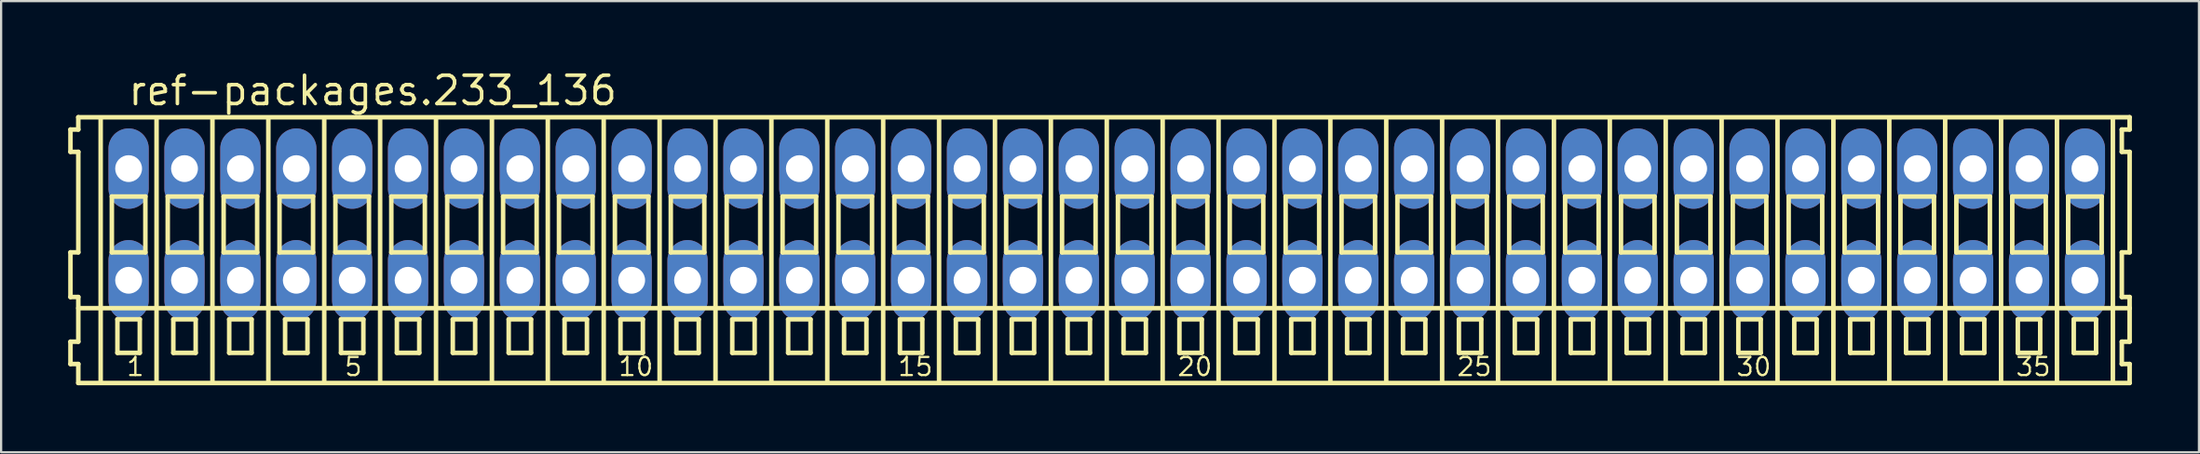
<source format=kicad_pcb>
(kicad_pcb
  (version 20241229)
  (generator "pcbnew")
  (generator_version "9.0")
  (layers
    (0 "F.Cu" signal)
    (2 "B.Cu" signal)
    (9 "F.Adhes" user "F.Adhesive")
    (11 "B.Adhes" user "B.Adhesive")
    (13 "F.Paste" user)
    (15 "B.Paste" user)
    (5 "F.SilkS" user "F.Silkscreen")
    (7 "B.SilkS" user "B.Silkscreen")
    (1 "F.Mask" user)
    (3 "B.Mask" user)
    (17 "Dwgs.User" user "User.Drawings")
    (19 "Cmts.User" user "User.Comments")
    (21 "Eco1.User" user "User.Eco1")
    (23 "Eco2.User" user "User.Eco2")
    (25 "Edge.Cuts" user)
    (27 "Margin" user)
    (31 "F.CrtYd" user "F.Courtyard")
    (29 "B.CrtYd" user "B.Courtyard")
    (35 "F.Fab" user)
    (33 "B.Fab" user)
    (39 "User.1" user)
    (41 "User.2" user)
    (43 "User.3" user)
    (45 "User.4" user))
  (footprint "ref-packages.233_136"
    (layer "F.Cu")
    (at 46.452 7)
    (property "Reference" "ref-packages.233_136" (at -43.85 -5.25 0) (layer "F.SilkS") (effects (font (size 1.27 1.27) (thickness 0.16)) (justify left bottom)))
    (attr through_hole)
    (fp_line (start -46.35 -4.25) (end -46.35 -3.25) (stroke (width 0.203) (type default)) (layer "F.SilkS"))
    (fp_line (start -46.35 -3.25) (end -46 -3.25) (stroke (width 0.203) (type default)) (layer "F.SilkS"))
    (fp_line (start -46.35 1.25) (end -46.35 3.25) (stroke (width 0.203) (type default)) (layer "F.SilkS"))
    (fp_line (start -46.35 3.25) (end -46 3.25) (stroke (width 0.203) (type default)) (layer "F.SilkS"))
    (fp_line (start -46.35 5.25) (end -46.35 6.25) (stroke (width 0.203) (type default)) (layer "F.SilkS"))
    (fp_line (start -46.35 6.25) (end -46 6.25) (stroke (width 0.203) (type default)) (layer "F.SilkS"))
    (fp_line (start -46 -4.8) (end -46 -4.25) (stroke (width 0.203) (type default)) (layer "F.SilkS"))
    (fp_line (start -46 -4.25) (end -46.35 -4.25) (stroke (width 0.203) (type default)) (layer "F.SilkS"))
    (fp_line (start -46 -3.25) (end -46 1.25) (stroke (width 0.203) (type default)) (layer "F.SilkS"))
    (fp_line (start -46 1.25) (end -46.35 1.25) (stroke (width 0.203) (type default)) (layer "F.SilkS"))
    (fp_line (start -46 3.25) (end -46 5.25) (stroke (width 0.203) (type default)) (layer "F.SilkS"))
    (fp_line (start -46 3.75) (end 45.75 3.75) (stroke (width 0.203) (type default)) (layer "F.SilkS"))
    (fp_line (start -46 5.25) (end -46.35 5.25) (stroke (width 0.203) (type default)) (layer "F.SilkS"))
    (fp_line (start -46 6.25) (end -46 7.1) (stroke (width 0.203) (type default)) (layer "F.SilkS"))
    (fp_line (start -46 7.1) (end 45.75 7.1) (stroke (width 0.203) (type default)) (layer "F.SilkS"))
    (fp_line (start -45 -4.75) (end -45 7) (stroke (width 0.203) (type default)) (layer "F.SilkS"))
    (fp_line (start -44.5 -1.25) (end -44.5 1.25) (stroke (width 0.203) (type default)) (layer "F.SilkS"))
    (fp_line (start -44.5 1.25) (end -43 1.25) (stroke (width 0.203) (type default)) (layer "F.SilkS"))
    (fp_line (start -44.25 4.25) (end -44.25 5.75) (stroke (width 0.203) (type default)) (layer "F.SilkS"))
    (fp_line (start -44.25 5.75) (end -43.25 5.75) (stroke (width 0.203) (type default)) (layer "F.SilkS"))
    (fp_line (start -43.25 4.25) (end -44.25 4.25) (stroke (width 0.203) (type default)) (layer "F.SilkS"))
    (fp_line (start -43.25 5.75) (end -43.25 4.25) (stroke (width 0.203) (type default)) (layer "F.SilkS"))
    (fp_line (start -43 -1.25) (end -44.5 -1.25) (stroke (width 0.203) (type default)) (layer "F.SilkS"))
    (fp_line (start -43 1.25) (end -43 -1.25) (stroke (width 0.203) (type default)) (layer "F.SilkS"))
    (fp_line (start -42.5 -4.75) (end -42.5 7) (stroke (width 0.203) (type default)) (layer "F.SilkS"))
    (fp_line (start -42 -1.25) (end -42 1.25) (stroke (width 0.203) (type default)) (layer "F.SilkS"))
    (fp_line (start -42 1.25) (end -40.5 1.25) (stroke (width 0.203) (type default)) (layer "F.SilkS"))
    (fp_line (start -41.75 4.25) (end -41.75 5.75) (stroke (width 0.203) (type default)) (layer "F.SilkS"))
    (fp_line (start -41.75 5.75) (end -40.75 5.75) (stroke (width 0.203) (type default)) (layer "F.SilkS"))
    (fp_line (start -40.75 4.25) (end -41.75 4.25) (stroke (width 0.203) (type default)) (layer "F.SilkS"))
    (fp_line (start -40.75 5.75) (end -40.75 4.25) (stroke (width 0.203) (type default)) (layer "F.SilkS"))
    (fp_line (start -40.5 -1.25) (end -42 -1.25) (stroke (width 0.203) (type default)) (layer "F.SilkS"))
    (fp_line (start -40.5 1.25) (end -40.5 -1.25) (stroke (width 0.203) (type default)) (layer "F.SilkS"))
    (fp_line (start -40 -4.75) (end -40 7) (stroke (width 0.203) (type default)) (layer "F.SilkS"))
    (fp_line (start -39.5 -1.25) (end -39.5 1.25) (stroke (width 0.203) (type default)) (layer "F.SilkS"))
    (fp_line (start -39.5 1.25) (end -38 1.25) (stroke (width 0.203) (type default)) (layer "F.SilkS"))
    (fp_line (start -39.25 4.25) (end -39.25 5.75) (stroke (width 0.203) (type default)) (layer "F.SilkS"))
    (fp_line (start -39.25 5.75) (end -38.25 5.75) (stroke (width 0.203) (type default)) (layer "F.SilkS"))
    (fp_line (start -38.25 4.25) (end -39.25 4.25) (stroke (width 0.203) (type default)) (layer "F.SilkS"))
    (fp_line (start -38.25 5.75) (end -38.25 4.25) (stroke (width 0.203) (type default)) (layer "F.SilkS"))
    (fp_line (start -38 -1.25) (end -39.5 -1.25) (stroke (width 0.203) (type default)) (layer "F.SilkS"))
    (fp_line (start -38 1.25) (end -38 -1.25) (stroke (width 0.203) (type default)) (layer "F.SilkS"))
    (fp_line (start -37.5 -4.75) (end -37.5 7) (stroke (width 0.203) (type default)) (layer "F.SilkS"))
    (fp_line (start -37 -1.25) (end -37 1.25) (stroke (width 0.203) (type default)) (layer "F.SilkS"))
    (fp_line (start -37 1.25) (end -35.5 1.25) (stroke (width 0.203) (type default)) (layer "F.SilkS"))
    (fp_line (start -36.75 4.25) (end -36.75 5.75) (stroke (width 0.203) (type default)) (layer "F.SilkS"))
    (fp_line (start -36.75 5.75) (end -35.75 5.75) (stroke (width 0.203) (type default)) (layer "F.SilkS"))
    (fp_line (start -35.75 4.25) (end -36.75 4.25) (stroke (width 0.203) (type default)) (layer "F.SilkS"))
    (fp_line (start -35.75 5.75) (end -35.75 4.25) (stroke (width 0.203) (type default)) (layer "F.SilkS"))
    (fp_line (start -35.5 -1.25) (end -37 -1.25) (stroke (width 0.203) (type default)) (layer "F.SilkS"))
    (fp_line (start -35.5 1.25) (end -35.5 -1.25) (stroke (width 0.203) (type default)) (layer "F.SilkS"))
    (fp_line (start -35 -4.75) (end -35 7) (stroke (width 0.203) (type default)) (layer "F.SilkS"))
    (fp_line (start -34.5 -1.25) (end -34.5 1.25) (stroke (width 0.203) (type default)) (layer "F.SilkS"))
    (fp_line (start -34.5 1.25) (end -33 1.25) (stroke (width 0.203) (type default)) (layer "F.SilkS"))
    (fp_line (start -34.25 4.25) (end -34.25 5.75) (stroke (width 0.203) (type default)) (layer "F.SilkS"))
    (fp_line (start -34.25 5.75) (end -33.25 5.75) (stroke (width 0.203) (type default)) (layer "F.SilkS"))
    (fp_line (start -33.25 4.25) (end -34.25 4.25) (stroke (width 0.203) (type default)) (layer "F.SilkS"))
    (fp_line (start -33.25 5.75) (end -33.25 4.25) (stroke (width 0.203) (type default)) (layer "F.SilkS"))
    (fp_line (start -33 -1.25) (end -34.5 -1.25) (stroke (width 0.203) (type default)) (layer "F.SilkS"))
    (fp_line (start -33 1.25) (end -33 -1.25) (stroke (width 0.203) (type default)) (layer "F.SilkS"))
    (fp_line (start -32.5 -4.75) (end -32.5 7) (stroke (width 0.203) (type default)) (layer "F.SilkS"))
    (fp_line (start -32 -1.25) (end -32 1.25) (stroke (width 0.203) (type default)) (layer "F.SilkS"))
    (fp_line (start -32 1.25) (end -30.5 1.25) (stroke (width 0.203) (type default)) (layer "F.SilkS"))
    (fp_line (start -31.75 4.25) (end -31.75 5.75) (stroke (width 0.203) (type default)) (layer "F.SilkS"))
    (fp_line (start -31.75 5.75) (end -30.75 5.75) (stroke (width 0.203) (type default)) (layer "F.SilkS"))
    (fp_line (start -30.75 4.25) (end -31.75 4.25) (stroke (width 0.203) (type default)) (layer "F.SilkS"))
    (fp_line (start -30.75 5.75) (end -30.75 4.25) (stroke (width 0.203) (type default)) (layer "F.SilkS"))
    (fp_line (start -30.5 -1.25) (end -32 -1.25) (stroke (width 0.203) (type default)) (layer "F.SilkS"))
    (fp_line (start -30.5 1.25) (end -30.5 -1.25) (stroke (width 0.203) (type default)) (layer "F.SilkS"))
    (fp_line (start -30 -4.75) (end -30 7) (stroke (width 0.203) (type default)) (layer "F.SilkS"))
    (fp_line (start -29.5 -1.25) (end -29.5 1.25) (stroke (width 0.203) (type default)) (layer "F.SilkS"))
    (fp_line (start -29.5 1.25) (end -28 1.25) (stroke (width 0.203) (type default)) (layer "F.SilkS"))
    (fp_line (start -29.25 4.25) (end -29.25 5.75) (stroke (width 0.203) (type default)) (layer "F.SilkS"))
    (fp_line (start -29.25 5.75) (end -28.25 5.75) (stroke (width 0.203) (type default)) (layer "F.SilkS"))
    (fp_line (start -28.25 4.25) (end -29.25 4.25) (stroke (width 0.203) (type default)) (layer "F.SilkS"))
    (fp_line (start -28.25 5.75) (end -28.25 4.25) (stroke (width 0.203) (type default)) (layer "F.SilkS"))
    (fp_line (start -28 -1.25) (end -29.5 -1.25) (stroke (width 0.203) (type default)) (layer "F.SilkS"))
    (fp_line (start -28 1.25) (end -28 -1.25) (stroke (width 0.203) (type default)) (layer "F.SilkS"))
    (fp_line (start -27.5 -4.75) (end -27.5 7) (stroke (width 0.203) (type default)) (layer "F.SilkS"))
    (fp_line (start -27 -1.25) (end -27 1.25) (stroke (width 0.203) (type default)) (layer "F.SilkS"))
    (fp_line (start -27 1.25) (end -25.5 1.25) (stroke (width 0.203) (type default)) (layer "F.SilkS"))
    (fp_line (start -26.75 4.25) (end -26.75 5.75) (stroke (width 0.203) (type default)) (layer "F.SilkS"))
    (fp_line (start -26.75 5.75) (end -25.75 5.75) (stroke (width 0.203) (type default)) (layer "F.SilkS"))
    (fp_line (start -25.75 4.25) (end -26.75 4.25) (stroke (width 0.203) (type default)) (layer "F.SilkS"))
    (fp_line (start -25.75 5.75) (end -25.75 4.25) (stroke (width 0.203) (type default)) (layer "F.SilkS"))
    (fp_line (start -25.5 -1.25) (end -27 -1.25) (stroke (width 0.203) (type default)) (layer "F.SilkS"))
    (fp_line (start -25.5 1.25) (end -25.5 -1.25) (stroke (width 0.203) (type default)) (layer "F.SilkS"))
    (fp_line (start -25 -4.75) (end -25 7) (stroke (width 0.203) (type default)) (layer "F.SilkS"))
    (fp_line (start -24.5 -1.25) (end -24.5 1.25) (stroke (width 0.203) (type default)) (layer "F.SilkS"))
    (fp_line (start -24.5 1.25) (end -23 1.25) (stroke (width 0.203) (type default)) (layer "F.SilkS"))
    (fp_line (start -24.25 4.25) (end -24.25 5.75) (stroke (width 0.203) (type default)) (layer "F.SilkS"))
    (fp_line (start -24.25 5.75) (end -23.25 5.75) (stroke (width 0.203) (type default)) (layer "F.SilkS"))
    (fp_line (start -23.25 4.25) (end -24.25 4.25) (stroke (width 0.203) (type default)) (layer "F.SilkS"))
    (fp_line (start -23.25 5.75) (end -23.25 4.25) (stroke (width 0.203) (type default)) (layer "F.SilkS"))
    (fp_line (start -23 -1.25) (end -24.5 -1.25) (stroke (width 0.203) (type default)) (layer "F.SilkS"))
    (fp_line (start -23 1.25) (end -23 -1.25) (stroke (width 0.203) (type default)) (layer "F.SilkS"))
    (fp_line (start -22.5 -4.75) (end -22.5 7) (stroke (width 0.203) (type default)) (layer "F.SilkS"))
    (fp_line (start -22 -1.25) (end -22 1.25) (stroke (width 0.203) (type default)) (layer "F.SilkS"))
    (fp_line (start -22 1.25) (end -20.5 1.25) (stroke (width 0.203) (type default)) (layer "F.SilkS"))
    (fp_line (start -21.75 4.25) (end -21.75 5.75) (stroke (width 0.203) (type default)) (layer "F.SilkS"))
    (fp_line (start -21.75 5.75) (end -20.75 5.75) (stroke (width 0.203) (type default)) (layer "F.SilkS"))
    (fp_line (start -20.75 4.25) (end -21.75 4.25) (stroke (width 0.203) (type default)) (layer "F.SilkS"))
    (fp_line (start -20.75 5.75) (end -20.75 4.25) (stroke (width 0.203) (type default)) (layer "F.SilkS"))
    (fp_line (start -20.5 -1.25) (end -22 -1.25) (stroke (width 0.203) (type default)) (layer "F.SilkS"))
    (fp_line (start -20.5 1.25) (end -20.5 -1.25) (stroke (width 0.203) (type default)) (layer "F.SilkS"))
    (fp_line (start -20 -4.75) (end -20 7) (stroke (width 0.203) (type default)) (layer "F.SilkS"))
    (fp_line (start -19.5 -1.25) (end -19.5 1.25) (stroke (width 0.203) (type default)) (layer "F.SilkS"))
    (fp_line (start -19.5 1.25) (end -18 1.25) (stroke (width 0.203) (type default)) (layer "F.SilkS"))
    (fp_line (start -19.25 4.25) (end -19.25 5.75) (stroke (width 0.203) (type default)) (layer "F.SilkS"))
    (fp_line (start -19.25 5.75) (end -18.25 5.75) (stroke (width 0.203) (type default)) (layer "F.SilkS"))
    (fp_line (start -18.25 4.25) (end -19.25 4.25) (stroke (width 0.203) (type default)) (layer "F.SilkS"))
    (fp_line (start -18.25 5.75) (end -18.25 4.25) (stroke (width 0.203) (type default)) (layer "F.SilkS"))
    (fp_line (start -18 -1.25) (end -19.5 -1.25) (stroke (width 0.203) (type default)) (layer "F.SilkS"))
    (fp_line (start -18 1.25) (end -18 -1.25) (stroke (width 0.203) (type default)) (layer "F.SilkS"))
    (fp_line (start -17.5 -4.75) (end -17.5 7) (stroke (width 0.203) (type default)) (layer "F.SilkS"))
    (fp_line (start -17 -1.25) (end -17 1.25) (stroke (width 0.203) (type default)) (layer "F.SilkS"))
    (fp_line (start -17 1.25) (end -15.5 1.25) (stroke (width 0.203) (type default)) (layer "F.SilkS"))
    (fp_line (start -16.75 4.25) (end -16.75 5.75) (stroke (width 0.203) (type default)) (layer "F.SilkS"))
    (fp_line (start -16.75 5.75) (end -15.75 5.75) (stroke (width 0.203) (type default)) (layer "F.SilkS"))
    (fp_line (start -15.75 4.25) (end -16.75 4.25) (stroke (width 0.203) (type default)) (layer "F.SilkS"))
    (fp_line (start -15.75 5.75) (end -15.75 4.25) (stroke (width 0.203) (type default)) (layer "F.SilkS"))
    (fp_line (start -15.5 -1.25) (end -17 -1.25) (stroke (width 0.203) (type default)) (layer "F.SilkS"))
    (fp_line (start -15.5 1.25) (end -15.5 -1.25) (stroke (width 0.203) (type default)) (layer "F.SilkS"))
    (fp_line (start -15 -4.75) (end -15 7) (stroke (width 0.203) (type default)) (layer "F.SilkS"))
    (fp_line (start -14.5 -1.25) (end -14.5 1.25) (stroke (width 0.203) (type default)) (layer "F.SilkS"))
    (fp_line (start -14.5 1.25) (end -13 1.25) (stroke (width 0.203) (type default)) (layer "F.SilkS"))
    (fp_line (start -14.25 4.25) (end -14.25 5.75) (stroke (width 0.203) (type default)) (layer "F.SilkS"))
    (fp_line (start -14.25 5.75) (end -13.25 5.75) (stroke (width 0.203) (type default)) (layer "F.SilkS"))
    (fp_line (start -13.25 4.25) (end -14.25 4.25) (stroke (width 0.203) (type default)) (layer "F.SilkS"))
    (fp_line (start -13.25 5.75) (end -13.25 4.25) (stroke (width 0.203) (type default)) (layer "F.SilkS"))
    (fp_line (start -13 -1.25) (end -14.5 -1.25) (stroke (width 0.203) (type default)) (layer "F.SilkS"))
    (fp_line (start -13 1.25) (end -13 -1.25) (stroke (width 0.203) (type default)) (layer "F.SilkS"))
    (fp_line (start -12.5 -4.75) (end -12.5 7) (stroke (width 0.203) (type default)) (layer "F.SilkS"))
    (fp_line (start -12 -1.25) (end -12 1.25) (stroke (width 0.203) (type default)) (layer "F.SilkS"))
    (fp_line (start -12 1.25) (end -10.5 1.25) (stroke (width 0.203) (type default)) (layer "F.SilkS"))
    (fp_line (start -11.75 4.25) (end -11.75 5.75) (stroke (width 0.203) (type default)) (layer "F.SilkS"))
    (fp_line (start -11.75 5.75) (end -10.75 5.75) (stroke (width 0.203) (type default)) (layer "F.SilkS"))
    (fp_line (start -10.75 4.25) (end -11.75 4.25) (stroke (width 0.203) (type default)) (layer "F.SilkS"))
    (fp_line (start -10.75 5.75) (end -10.75 4.25) (stroke (width 0.203) (type default)) (layer "F.SilkS"))
    (fp_line (start -10.5 -1.25) (end -12 -1.25) (stroke (width 0.203) (type default)) (layer "F.SilkS"))
    (fp_line (start -10.5 1.25) (end -10.5 -1.25) (stroke (width 0.203) (type default)) (layer "F.SilkS"))
    (fp_line (start -10 -4.75) (end -10 7) (stroke (width 0.203) (type default)) (layer "F.SilkS"))
    (fp_line (start -9.5 -1.25) (end -9.5 1.25) (stroke (width 0.203) (type default)) (layer "F.SilkS"))
    (fp_line (start -9.5 1.25) (end -8 1.25) (stroke (width 0.203) (type default)) (layer "F.SilkS"))
    (fp_line (start -9.25 4.25) (end -9.25 5.75) (stroke (width 0.203) (type default)) (layer "F.SilkS"))
    (fp_line (start -9.25 5.75) (end -8.25 5.75) (stroke (width 0.203) (type default)) (layer "F.SilkS"))
    (fp_line (start -8.25 4.25) (end -9.25 4.25) (stroke (width 0.203) (type default)) (layer "F.SilkS"))
    (fp_line (start -8.25 5.75) (end -8.25 4.25) (stroke (width 0.203) (type default)) (layer "F.SilkS"))
    (fp_line (start -8 -1.25) (end -9.5 -1.25) (stroke (width 0.203) (type default)) (layer "F.SilkS"))
    (fp_line (start -8 1.25) (end -8 -1.25) (stroke (width 0.203) (type default)) (layer "F.SilkS"))
    (fp_line (start -7.5 -4.75) (end -7.5 7) (stroke (width 0.203) (type default)) (layer "F.SilkS"))
    (fp_line (start -7 -1.25) (end -7 1.25) (stroke (width 0.203) (type default)) (layer "F.SilkS"))
    (fp_line (start -7 1.25) (end -5.5 1.25) (stroke (width 0.203) (type default)) (layer "F.SilkS"))
    (fp_line (start -6.75 4.25) (end -6.75 5.75) (stroke (width 0.203) (type default)) (layer "F.SilkS"))
    (fp_line (start -6.75 5.75) (end -5.75 5.75) (stroke (width 0.203) (type default)) (layer "F.SilkS"))
    (fp_line (start -5.75 4.25) (end -6.75 4.25) (stroke (width 0.203) (type default)) (layer "F.SilkS"))
    (fp_line (start -5.75 5.75) (end -5.75 4.25) (stroke (width 0.203) (type default)) (layer "F.SilkS"))
    (fp_line (start -5.5 -1.25) (end -7 -1.25) (stroke (width 0.203) (type default)) (layer "F.SilkS"))
    (fp_line (start -5.5 1.25) (end -5.5 -1.25) (stroke (width 0.203) (type default)) (layer "F.SilkS"))
    (fp_line (start -5 -4.75) (end -5 7) (stroke (width 0.203) (type default)) (layer "F.SilkS"))
    (fp_line (start -4.5 -1.25) (end -4.5 1.25) (stroke (width 0.203) (type default)) (layer "F.SilkS"))
    (fp_line (start -4.5 1.25) (end -3 1.25) (stroke (width 0.203) (type default)) (layer "F.SilkS"))
    (fp_line (start -4.25 4.25) (end -4.25 5.75) (stroke (width 0.203) (type default)) (layer "F.SilkS"))
    (fp_line (start -4.25 5.75) (end -3.25 5.75) (stroke (width 0.203) (type default)) (layer "F.SilkS"))
    (fp_line (start -3.25 4.25) (end -4.25 4.25) (stroke (width 0.203) (type default)) (layer "F.SilkS"))
    (fp_line (start -3.25 5.75) (end -3.25 4.25) (stroke (width 0.203) (type default)) (layer "F.SilkS"))
    (fp_line (start -3 -1.25) (end -4.5 -1.25) (stroke (width 0.203) (type default)) (layer "F.SilkS"))
    (fp_line (start -3 1.25) (end -3 -1.25) (stroke (width 0.203) (type default)) (layer "F.SilkS"))
    (fp_line (start -2.5 -4.75) (end -2.5 7) (stroke (width 0.203) (type default)) (layer "F.SilkS"))
    (fp_line (start -2 -1.25) (end -2 1.25) (stroke (width 0.203) (type default)) (layer "F.SilkS"))
    (fp_line (start -2 1.25) (end -0.5 1.25) (stroke (width 0.203) (type default)) (layer "F.SilkS"))
    (fp_line (start -1.75 4.25) (end -1.75 5.75) (stroke (width 0.203) (type default)) (layer "F.SilkS"))
    (fp_line (start -1.75 5.75) (end -0.75 5.75) (stroke (width 0.203) (type default)) (layer "F.SilkS"))
    (fp_line (start -0.75 4.25) (end -1.75 4.25) (stroke (width 0.203) (type default)) (layer "F.SilkS"))
    (fp_line (start -0.75 5.75) (end -0.75 4.25) (stroke (width 0.203) (type default)) (layer "F.SilkS"))
    (fp_line (start -0.5 -1.25) (end -2 -1.25) (stroke (width 0.203) (type default)) (layer "F.SilkS"))
    (fp_line (start -0.5 1.25) (end -0.5 -1.25) (stroke (width 0.203) (type default)) (layer "F.SilkS"))
    (fp_line (start 0 -4.75) (end 0 7) (stroke (width 0.203) (type default)) (layer "F.SilkS"))
    (fp_line (start 0.5 -1.25) (end 0.5 1.25) (stroke (width 0.203) (type default)) (layer "F.SilkS"))
    (fp_line (start 0.5 1.25) (end 2 1.25) (stroke (width 0.203) (type default)) (layer "F.SilkS"))
    (fp_line (start 0.75 4.25) (end 0.75 5.75) (stroke (width 0.203) (type default)) (layer "F.SilkS"))
    (fp_line (start 0.75 5.75) (end 1.75 5.75) (stroke (width 0.203) (type default)) (layer "F.SilkS"))
    (fp_line (start 1.75 4.25) (end 0.75 4.25) (stroke (width 0.203) (type default)) (layer "F.SilkS"))
    (fp_line (start 1.75 5.75) (end 1.75 4.25) (stroke (width 0.203) (type default)) (layer "F.SilkS"))
    (fp_line (start 2 -1.25) (end 0.5 -1.25) (stroke (width 0.203) (type default)) (layer "F.SilkS"))
    (fp_line (start 2 1.25) (end 2 -1.25) (stroke (width 0.203) (type default)) (layer "F.SilkS"))
    (fp_line (start 2.5 -4.75) (end 2.5 7) (stroke (width 0.203) (type default)) (layer "F.SilkS"))
    (fp_line (start 3 -1.25) (end 3 1.25) (stroke (width 0.203) (type default)) (layer "F.SilkS"))
    (fp_line (start 3 1.25) (end 4.5 1.25) (stroke (width 0.203) (type default)) (layer "F.SilkS"))
    (fp_line (start 3.25 4.25) (end 3.25 5.75) (stroke (width 0.203) (type default)) (layer "F.SilkS"))
    (fp_line (start 3.25 5.75) (end 4.25 5.75) (stroke (width 0.203) (type default)) (layer "F.SilkS"))
    (fp_line (start 4.25 4.25) (end 3.25 4.25) (stroke (width 0.203) (type default)) (layer "F.SilkS"))
    (fp_line (start 4.25 5.75) (end 4.25 4.25) (stroke (width 0.203) (type default)) (layer "F.SilkS"))
    (fp_line (start 4.5 -1.25) (end 3 -1.25) (stroke (width 0.203) (type default)) (layer "F.SilkS"))
    (fp_line (start 4.5 1.25) (end 4.5 -1.25) (stroke (width 0.203) (type default)) (layer "F.SilkS"))
    (fp_line (start 5 -4.75) (end 5 7) (stroke (width 0.203) (type default)) (layer "F.SilkS"))
    (fp_line (start 5.5 -1.25) (end 5.5 1.25) (stroke (width 0.203) (type default)) (layer "F.SilkS"))
    (fp_line (start 5.5 1.25) (end 7 1.25) (stroke (width 0.203) (type default)) (layer "F.SilkS"))
    (fp_line (start 5.75 4.25) (end 5.75 5.75) (stroke (width 0.203) (type default)) (layer "F.SilkS"))
    (fp_line (start 5.75 5.75) (end 6.75 5.75) (stroke (width 0.203) (type default)) (layer "F.SilkS"))
    (fp_line (start 6.75 4.25) (end 5.75 4.25) (stroke (width 0.203) (type default)) (layer "F.SilkS"))
    (fp_line (start 6.75 5.75) (end 6.75 4.25) (stroke (width 0.203) (type default)) (layer "F.SilkS"))
    (fp_line (start 7 -1.25) (end 5.5 -1.25) (stroke (width 0.203) (type default)) (layer "F.SilkS"))
    (fp_line (start 7 1.25) (end 7 -1.25) (stroke (width 0.203) (type default)) (layer "F.SilkS"))
    (fp_line (start 7.5 -4.75) (end 7.5 7) (stroke (width 0.203) (type default)) (layer "F.SilkS"))
    (fp_line (start 8 -1.25) (end 8 1.25) (stroke (width 0.203) (type default)) (layer "F.SilkS"))
    (fp_line (start 8 1.25) (end 9.5 1.25) (stroke (width 0.203) (type default)) (layer "F.SilkS"))
    (fp_line (start 8.25 4.25) (end 8.25 5.75) (stroke (width 0.203) (type default)) (layer "F.SilkS"))
    (fp_line (start 8.25 5.75) (end 9.25 5.75) (stroke (width 0.203) (type default)) (layer "F.SilkS"))
    (fp_line (start 9.25 4.25) (end 8.25 4.25) (stroke (width 0.203) (type default)) (layer "F.SilkS"))
    (fp_line (start 9.25 5.75) (end 9.25 4.25) (stroke (width 0.203) (type default)) (layer "F.SilkS"))
    (fp_line (start 9.5 -1.25) (end 8 -1.25) (stroke (width 0.203) (type default)) (layer "F.SilkS"))
    (fp_line (start 9.5 1.25) (end 9.5 -1.25) (stroke (width 0.203) (type default)) (layer "F.SilkS"))
    (fp_line (start 10 -4.75) (end 10 7) (stroke (width 0.203) (type default)) (layer "F.SilkS"))
    (fp_line (start 10.5 -1.25) (end 10.5 1.25) (stroke (width 0.203) (type default)) (layer "F.SilkS"))
    (fp_line (start 10.5 1.25) (end 12 1.25) (stroke (width 0.203) (type default)) (layer "F.SilkS"))
    (fp_line (start 10.75 4.25) (end 10.75 5.75) (stroke (width 0.203) (type default)) (layer "F.SilkS"))
    (fp_line (start 10.75 5.75) (end 11.75 5.75) (stroke (width 0.203) (type default)) (layer "F.SilkS"))
    (fp_line (start 11.75 4.25) (end 10.75 4.25) (stroke (width 0.203) (type default)) (layer "F.SilkS"))
    (fp_line (start 11.75 5.75) (end 11.75 4.25) (stroke (width 0.203) (type default)) (layer "F.SilkS"))
    (fp_line (start 12 -1.25) (end 10.5 -1.25) (stroke (width 0.203) (type default)) (layer "F.SilkS"))
    (fp_line (start 12 1.25) (end 12 -1.25) (stroke (width 0.203) (type default)) (layer "F.SilkS"))
    (fp_line (start 12.5 -4.75) (end 12.5 7) (stroke (width 0.203) (type default)) (layer "F.SilkS"))
    (fp_line (start 13 -1.25) (end 13 1.25) (stroke (width 0.203) (type default)) (layer "F.SilkS"))
    (fp_line (start 13 1.25) (end 14.5 1.25) (stroke (width 0.203) (type default)) (layer "F.SilkS"))
    (fp_line (start 13.25 4.25) (end 13.25 5.75) (stroke (width 0.203) (type default)) (layer "F.SilkS"))
    (fp_line (start 13.25 5.75) (end 14.25 5.75) (stroke (width 0.203) (type default)) (layer "F.SilkS"))
    (fp_line (start 14.25 4.25) (end 13.25 4.25) (stroke (width 0.203) (type default)) (layer "F.SilkS"))
    (fp_line (start 14.25 5.75) (end 14.25 4.25) (stroke (width 0.203) (type default)) (layer "F.SilkS"))
    (fp_line (start 14.5 -1.25) (end 13 -1.25) (stroke (width 0.203) (type default)) (layer "F.SilkS"))
    (fp_line (start 14.5 1.25) (end 14.5 -1.25) (stroke (width 0.203) (type default)) (layer "F.SilkS"))
    (fp_line (start 15 -4.75) (end 15 7) (stroke (width 0.203) (type default)) (layer "F.SilkS"))
    (fp_line (start 15.5 -1.25) (end 15.5 1.25) (stroke (width 0.203) (type default)) (layer "F.SilkS"))
    (fp_line (start 15.5 1.25) (end 17 1.25) (stroke (width 0.203) (type default)) (layer "F.SilkS"))
    (fp_line (start 15.75 4.25) (end 15.75 5.75) (stroke (width 0.203) (type default)) (layer "F.SilkS"))
    (fp_line (start 15.75 5.75) (end 16.75 5.75) (stroke (width 0.203) (type default)) (layer "F.SilkS"))
    (fp_line (start 16.75 4.25) (end 15.75 4.25) (stroke (width 0.203) (type default)) (layer "F.SilkS"))
    (fp_line (start 16.75 5.75) (end 16.75 4.25) (stroke (width 0.203) (type default)) (layer "F.SilkS"))
    (fp_line (start 17 -1.25) (end 15.5 -1.25) (stroke (width 0.203) (type default)) (layer "F.SilkS"))
    (fp_line (start 17 1.25) (end 17 -1.25) (stroke (width 0.203) (type default)) (layer "F.SilkS"))
    (fp_line (start 17.5 -4.75) (end 17.5 7) (stroke (width 0.203) (type default)) (layer "F.SilkS"))
    (fp_line (start 18 -1.25) (end 18 1.25) (stroke (width 0.203) (type default)) (layer "F.SilkS"))
    (fp_line (start 18 1.25) (end 19.5 1.25) (stroke (width 0.203) (type default)) (layer "F.SilkS"))
    (fp_line (start 18.25 4.25) (end 18.25 5.75) (stroke (width 0.203) (type default)) (layer "F.SilkS"))
    (fp_line (start 18.25 5.75) (end 19.25 5.75) (stroke (width 0.203) (type default)) (layer "F.SilkS"))
    (fp_line (start 19.25 4.25) (end 18.25 4.25) (stroke (width 0.203) (type default)) (layer "F.SilkS"))
    (fp_line (start 19.25 5.75) (end 19.25 4.25) (stroke (width 0.203) (type default)) (layer "F.SilkS"))
    (fp_line (start 19.5 -1.25) (end 18 -1.25) (stroke (width 0.203) (type default)) (layer "F.SilkS"))
    (fp_line (start 19.5 1.25) (end 19.5 -1.25) (stroke (width 0.203) (type default)) (layer "F.SilkS"))
    (fp_line (start 20 -4.75) (end 20 7) (stroke (width 0.203) (type default)) (layer "F.SilkS"))
    (fp_line (start 20.5 -1.25) (end 20.5 1.25) (stroke (width 0.203) (type default)) (layer "F.SilkS"))
    (fp_line (start 20.5 1.25) (end 22 1.25) (stroke (width 0.203) (type default)) (layer "F.SilkS"))
    (fp_line (start 20.75 4.25) (end 20.75 5.75) (stroke (width 0.203) (type default)) (layer "F.SilkS"))
    (fp_line (start 20.75 5.75) (end 21.75 5.75) (stroke (width 0.203) (type default)) (layer "F.SilkS"))
    (fp_line (start 21.75 4.25) (end 20.75 4.25) (stroke (width 0.203) (type default)) (layer "F.SilkS"))
    (fp_line (start 21.75 5.75) (end 21.75 4.25) (stroke (width 0.203) (type default)) (layer "F.SilkS"))
    (fp_line (start 22 -1.25) (end 20.5 -1.25) (stroke (width 0.203) (type default)) (layer "F.SilkS"))
    (fp_line (start 22 1.25) (end 22 -1.25) (stroke (width 0.203) (type default)) (layer "F.SilkS"))
    (fp_line (start 22.5 -4.75) (end 22.5 7) (stroke (width 0.203) (type default)) (layer "F.SilkS"))
    (fp_line (start 23 -1.25) (end 23 1.25) (stroke (width 0.203) (type default)) (layer "F.SilkS"))
    (fp_line (start 23 1.25) (end 24.5 1.25) (stroke (width 0.203) (type default)) (layer "F.SilkS"))
    (fp_line (start 23.25 4.25) (end 23.25 5.75) (stroke (width 0.203) (type default)) (layer "F.SilkS"))
    (fp_line (start 23.25 5.75) (end 24.25 5.75) (stroke (width 0.203) (type default)) (layer "F.SilkS"))
    (fp_line (start 24.25 4.25) (end 23.25 4.25) (stroke (width 0.203) (type default)) (layer "F.SilkS"))
    (fp_line (start 24.25 5.75) (end 24.25 4.25) (stroke (width 0.203) (type default)) (layer "F.SilkS"))
    (fp_line (start 24.5 -1.25) (end 23 -1.25) (stroke (width 0.203) (type default)) (layer "F.SilkS"))
    (fp_line (start 24.5 1.25) (end 24.5 -1.25) (stroke (width 0.203) (type default)) (layer "F.SilkS"))
    (fp_line (start 25 -4.75) (end 25 7) (stroke (width 0.203) (type default)) (layer "F.SilkS"))
    (fp_line (start 25.5 -1.25) (end 25.5 1.25) (stroke (width 0.203) (type default)) (layer "F.SilkS"))
    (fp_line (start 25.5 1.25) (end 27 1.25) (stroke (width 0.203) (type default)) (layer "F.SilkS"))
    (fp_line (start 25.75 4.25) (end 25.75 5.75) (stroke (width 0.203) (type default)) (layer "F.SilkS"))
    (fp_line (start 25.75 5.75) (end 26.75 5.75) (stroke (width 0.203) (type default)) (layer "F.SilkS"))
    (fp_line (start 26.75 4.25) (end 25.75 4.25) (stroke (width 0.203) (type default)) (layer "F.SilkS"))
    (fp_line (start 26.75 5.75) (end 26.75 4.25) (stroke (width 0.203) (type default)) (layer "F.SilkS"))
    (fp_line (start 27 -1.25) (end 25.5 -1.25) (stroke (width 0.203) (type default)) (layer "F.SilkS"))
    (fp_line (start 27 1.25) (end 27 -1.25) (stroke (width 0.203) (type default)) (layer "F.SilkS"))
    (fp_line (start 27.5 -4.75) (end 27.5 7) (stroke (width 0.203) (type default)) (layer "F.SilkS"))
    (fp_line (start 28 -1.25) (end 28 1.25) (stroke (width 0.203) (type default)) (layer "F.SilkS"))
    (fp_line (start 28 1.25) (end 29.5 1.25) (stroke (width 0.203) (type default)) (layer "F.SilkS"))
    (fp_line (start 28.25 4.25) (end 28.25 5.75) (stroke (width 0.203) (type default)) (layer "F.SilkS"))
    (fp_line (start 28.25 5.75) (end 29.25 5.75) (stroke (width 0.203) (type default)) (layer "F.SilkS"))
    (fp_line (start 29.25 4.25) (end 28.25 4.25) (stroke (width 0.203) (type default)) (layer "F.SilkS"))
    (fp_line (start 29.25 5.75) (end 29.25 4.25) (stroke (width 0.203) (type default)) (layer "F.SilkS"))
    (fp_line (start 29.5 -1.25) (end 28 -1.25) (stroke (width 0.203) (type default)) (layer "F.SilkS"))
    (fp_line (start 29.5 1.25) (end 29.5 -1.25) (stroke (width 0.203) (type default)) (layer "F.SilkS"))
    (fp_line (start 30 -4.75) (end 30 7) (stroke (width 0.203) (type default)) (layer "F.SilkS"))
    (fp_line (start 30.5 -1.25) (end 30.5 1.25) (stroke (width 0.203) (type default)) (layer "F.SilkS"))
    (fp_line (start 30.5 1.25) (end 32 1.25) (stroke (width 0.203) (type default)) (layer "F.SilkS"))
    (fp_line (start 30.75 4.25) (end 30.75 5.75) (stroke (width 0.203) (type default)) (layer "F.SilkS"))
    (fp_line (start 30.75 5.75) (end 31.75 5.75) (stroke (width 0.203) (type default)) (layer "F.SilkS"))
    (fp_line (start 31.75 4.25) (end 30.75 4.25) (stroke (width 0.203) (type default)) (layer "F.SilkS"))
    (fp_line (start 31.75 5.75) (end 31.75 4.25) (stroke (width 0.203) (type default)) (layer "F.SilkS"))
    (fp_line (start 32 -1.25) (end 30.5 -1.25) (stroke (width 0.203) (type default)) (layer "F.SilkS"))
    (fp_line (start 32 1.25) (end 32 -1.25) (stroke (width 0.203) (type default)) (layer "F.SilkS"))
    (fp_line (start 32.5 -4.75) (end 32.5 7) (stroke (width 0.203) (type default)) (layer "F.SilkS"))
    (fp_line (start 33 -1.25) (end 33 1.25) (stroke (width 0.203) (type default)) (layer "F.SilkS"))
    (fp_line (start 33 1.25) (end 34.5 1.25) (stroke (width 0.203) (type default)) (layer "F.SilkS"))
    (fp_line (start 33.25 4.25) (end 33.25 5.75) (stroke (width 0.203) (type default)) (layer "F.SilkS"))
    (fp_line (start 33.25 5.75) (end 34.25 5.75) (stroke (width 0.203) (type default)) (layer "F.SilkS"))
    (fp_line (start 34.25 4.25) (end 33.25 4.25) (stroke (width 0.203) (type default)) (layer "F.SilkS"))
    (fp_line (start 34.25 5.75) (end 34.25 4.25) (stroke (width 0.203) (type default)) (layer "F.SilkS"))
    (fp_line (start 34.5 -1.25) (end 33 -1.25) (stroke (width 0.203) (type default)) (layer "F.SilkS"))
    (fp_line (start 34.5 1.25) (end 34.5 -1.25) (stroke (width 0.203) (type default)) (layer "F.SilkS"))
    (fp_line (start 35 -4.75) (end 35 7) (stroke (width 0.203) (type default)) (layer "F.SilkS"))
    (fp_line (start 35.5 -1.25) (end 35.5 1.25) (stroke (width 0.203) (type default)) (layer "F.SilkS"))
    (fp_line (start 35.5 1.25) (end 37 1.25) (stroke (width 0.203) (type default)) (layer "F.SilkS"))
    (fp_line (start 35.75 4.25) (end 35.75 5.75) (stroke (width 0.203) (type default)) (layer "F.SilkS"))
    (fp_line (start 35.75 5.75) (end 36.75 5.75) (stroke (width 0.203) (type default)) (layer "F.SilkS"))
    (fp_line (start 36.75 4.25) (end 35.75 4.25) (stroke (width 0.203) (type default)) (layer "F.SilkS"))
    (fp_line (start 36.75 5.75) (end 36.75 4.25) (stroke (width 0.203) (type default)) (layer "F.SilkS"))
    (fp_line (start 37 -1.25) (end 35.5 -1.25) (stroke (width 0.203) (type default)) (layer "F.SilkS"))
    (fp_line (start 37 1.25) (end 37 -1.25) (stroke (width 0.203) (type default)) (layer "F.SilkS"))
    (fp_line (start 37.5 -4.75) (end 37.5 7) (stroke (width 0.203) (type default)) (layer "F.SilkS"))
    (fp_line (start 38 -1.25) (end 38 1.25) (stroke (width 0.203) (type default)) (layer "F.SilkS"))
    (fp_line (start 38 1.25) (end 39.5 1.25) (stroke (width 0.203) (type default)) (layer "F.SilkS"))
    (fp_line (start 38.25 4.25) (end 38.25 5.75) (stroke (width 0.203) (type default)) (layer "F.SilkS"))
    (fp_line (start 38.25 5.75) (end 39.25 5.75) (stroke (width 0.203) (type default)) (layer "F.SilkS"))
    (fp_line (start 39.25 4.25) (end 38.25 4.25) (stroke (width 0.203) (type default)) (layer "F.SilkS"))
    (fp_line (start 39.25 5.75) (end 39.25 4.25) (stroke (width 0.203) (type default)) (layer "F.SilkS"))
    (fp_line (start 39.5 -1.25) (end 38 -1.25) (stroke (width 0.203) (type default)) (layer "F.SilkS"))
    (fp_line (start 39.5 1.25) (end 39.5 -1.25) (stroke (width 0.203) (type default)) (layer "F.SilkS"))
    (fp_line (start 40 -4.75) (end 40 7) (stroke (width 0.203) (type default)) (layer "F.SilkS"))
    (fp_line (start 40.5 -1.25) (end 40.5 1.25) (stroke (width 0.203) (type default)) (layer "F.SilkS"))
    (fp_line (start 40.5 1.25) (end 42 1.25) (stroke (width 0.203) (type default)) (layer "F.SilkS"))
    (fp_line (start 40.75 4.25) (end 40.75 5.75) (stroke (width 0.203) (type default)) (layer "F.SilkS"))
    (fp_line (start 40.75 5.75) (end 41.75 5.75) (stroke (width 0.203) (type default)) (layer "F.SilkS"))
    (fp_line (start 41.75 4.25) (end 40.75 4.25) (stroke (width 0.203) (type default)) (layer "F.SilkS"))
    (fp_line (start 41.75 5.75) (end 41.75 4.25) (stroke (width 0.203) (type default)) (layer "F.SilkS"))
    (fp_line (start 42 -1.25) (end 40.5 -1.25) (stroke (width 0.203) (type default)) (layer "F.SilkS"))
    (fp_line (start 42 1.25) (end 42 -1.25) (stroke (width 0.203) (type default)) (layer "F.SilkS"))
    (fp_line (start 42.5 -4.75) (end 42.5 7) (stroke (width 0.203) (type default)) (layer "F.SilkS"))
    (fp_line (start 43 -1.25) (end 43 1.25) (stroke (width 0.203) (type default)) (layer "F.SilkS"))
    (fp_line (start 43 1.25) (end 44.5 1.25) (stroke (width 0.203) (type default)) (layer "F.SilkS"))
    (fp_line (start 43.25 4.25) (end 43.25 5.75) (stroke (width 0.203) (type default)) (layer "F.SilkS"))
    (fp_line (start 43.25 5.75) (end 44.25 5.75) (stroke (width 0.203) (type default)) (layer "F.SilkS"))
    (fp_line (start 44.25 4.25) (end 43.25 4.25) (stroke (width 0.203) (type default)) (layer "F.SilkS"))
    (fp_line (start 44.25 5.75) (end 44.25 4.25) (stroke (width 0.203) (type default)) (layer "F.SilkS"))
    (fp_line (start 44.5 -1.25) (end 43 -1.25) (stroke (width 0.203) (type default)) (layer "F.SilkS"))
    (fp_line (start 44.5 1.25) (end 44.5 -1.25) (stroke (width 0.203) (type default)) (layer "F.SilkS"))
    (fp_line (start 45 -4.75) (end 45 7) (stroke (width 0.203) (type default)) (layer "F.SilkS"))
    (fp_line (start 45.4 -4.25) (end 45.4 -3.25) (stroke (width 0.203) (type default)) (layer "F.SilkS"))
    (fp_line (start 45.4 -3.25) (end 45.75 -3.25) (stroke (width 0.203) (type default)) (layer "F.SilkS"))
    (fp_line (start 45.4 1.25) (end 45.4 3.25) (stroke (width 0.203) (type default)) (layer "F.SilkS"))
    (fp_line (start 45.4 3.25) (end 45.75 3.25) (stroke (width 0.203) (type default)) (layer "F.SilkS"))
    (fp_line (start 45.4 5.25) (end 45.4 6.25) (stroke (width 0.203) (type default)) (layer "F.SilkS"))
    (fp_line (start 45.4 6.25) (end 45.75 6.25) (stroke (width 0.203) (type default)) (layer "F.SilkS"))
    (fp_line (start 45.75 -4.8) (end -46 -4.8) (stroke (width 0.203) (type default)) (layer "F.SilkS"))
    (fp_line (start 45.75 -4.25) (end 45.4 -4.25) (stroke (width 0.203) (type default)) (layer "F.SilkS"))
    (fp_line (start 45.75 -4.25) (end 45.75 -4.8) (stroke (width 0.203) (type default)) (layer "F.SilkS"))
    (fp_line (start 45.75 1.25) (end 45.4 1.25) (stroke (width 0.203) (type default)) (layer "F.SilkS"))
    (fp_line (start 45.75 1.25) (end 45.75 -3.25) (stroke (width 0.203) (type default)) (layer "F.SilkS"))
    (fp_line (start 45.75 3.75) (end 45.75 3.25) (stroke (width 0.203) (type default)) (layer "F.SilkS"))
    (fp_line (start 45.75 5.25) (end 45.4 5.25) (stroke (width 0.203) (type default)) (layer "F.SilkS"))
    (fp_line (start 45.75 5.25) (end 45.75 3.75) (stroke (width 0.203) (type default)) (layer "F.SilkS"))
    (fp_line (start 45.75 7.1) (end 45.75 6.25) (stroke (width 0.203) (type default)) (layer "F.SilkS"))
    (fp_text user "35" (at 40.6 6.85 0) (layer "F.SilkS") (effects (font (size 0.813 0.813) (thickness 0.1)) (justify left bottom)))
    (fp_text user "5" (at -34.15 6.85 0) (layer "F.SilkS") (effects (font (size 0.813 0.813) (thickness 0.1)) (justify left bottom)))
    (fp_text user "10" (at -21.9 6.85 0) (layer "F.SilkS") (effects (font (size 0.813 0.813) (thickness 0.1)) (justify left bottom)))
    (fp_text user "25" (at 15.6 6.85 0) (layer "F.SilkS") (effects (font (size 0.813 0.813) (thickness 0.1)) (justify left bottom)))
    (fp_text user "1" (at -43.9 6.85 0) (layer "F.SilkS") (effects (font (size 0.813 0.813) (thickness 0.1)) (justify left bottom)))
    (fp_text user "30" (at 28.1 6.85 0) (layer "F.SilkS") (effects (font (size 0.813 0.813) (thickness 0.1)) (justify left bottom)))
    (fp_text user "15" (at -9.4 6.85 0) (layer "F.SilkS") (effects (font (size 0.813 0.813) (thickness 0.1)) (justify left bottom)))
    (fp_text user "20" (at 3.1 6.85 0) (layer "F.SilkS") (effects (font (size 0.813 0.813) (thickness 0.1)) (justify left bottom)))
    (pad "A1" thru_hole oval (at -43.75 -2.5 90) (size 3.6 1.8) (drill 1.2) (layers "*.Cu" "*.Mask"))
    (pad "A2" thru_hole oval (at -41.25 -2.5 90) (size 3.6 1.8) (drill 1.2) (layers "*.Cu" "*.Mask"))
    (pad "A3" thru_hole oval (at -38.75 -2.5 90) (size 3.6 1.8) (drill 1.2) (layers "*.Cu" "*.Mask"))
    (pad "A4" thru_hole oval (at -36.25 -2.5 90) (size 3.6 1.8) (drill 1.2) (layers "*.Cu" "*.Mask"))
    (pad "A5" thru_hole oval (at -33.75 -2.5 90) (size 3.6 1.8) (drill 1.2) (layers "*.Cu" "*.Mask"))
    (pad "A6" thru_hole oval (at -31.25 -2.5 90) (size 3.6 1.8) (drill 1.2) (layers "*.Cu" "*.Mask"))
    (pad "A7" thru_hole oval (at -28.75 -2.5 90) (size 3.6 1.8) (drill 1.2) (layers "*.Cu" "*.Mask"))
    (pad "A8" thru_hole oval (at -26.25 -2.5 90) (size 3.6 1.8) (drill 1.2) (layers "*.Cu" "*.Mask"))
    (pad "A9" thru_hole oval (at -23.75 -2.5 90) (size 3.6 1.8) (drill 1.2) (layers "*.Cu" "*.Mask"))
    (pad "A10" thru_hole oval (at -21.25 -2.5 90) (size 3.6 1.8) (drill 1.2) (layers "*.Cu" "*.Mask"))
    (pad "A11" thru_hole oval (at -18.75 -2.5 90) (size 3.6 1.8) (drill 1.2) (layers "*.Cu" "*.Mask"))
    (pad "A12" thru_hole oval (at -16.25 -2.5 90) (size 3.6 1.8) (drill 1.2) (layers "*.Cu" "*.Mask"))
    (pad "A13" thru_hole oval (at -13.75 -2.5 90) (size 3.6 1.8) (drill 1.2) (layers "*.Cu" "*.Mask"))
    (pad "A14" thru_hole oval (at -11.25 -2.5 90) (size 3.6 1.8) (drill 1.2) (layers "*.Cu" "*.Mask"))
    (pad "A15" thru_hole oval (at -8.75 -2.5 90) (size 3.6 1.8) (drill 1.2) (layers "*.Cu" "*.Mask"))
    (pad "A16" thru_hole oval (at -6.25 -2.5 90) (size 3.6 1.8) (drill 1.2) (layers "*.Cu" "*.Mask"))
    (pad "A17" thru_hole oval (at -3.75 -2.5 90) (size 3.6 1.8) (drill 1.2) (layers "*.Cu" "*.Mask"))
    (pad "A18" thru_hole oval (at -1.25 -2.5 90) (size 3.6 1.8) (drill 1.2) (layers "*.Cu" "*.Mask"))
    (pad "A19" thru_hole oval (at 1.25 -2.5 90) (size 3.6 1.8) (drill 1.2) (layers "*.Cu" "*.Mask"))
    (pad "A20" thru_hole oval (at 3.75 -2.5 90) (size 3.6 1.8) (drill 1.2) (layers "*.Cu" "*.Mask"))
    (pad "A21" thru_hole oval (at 6.25 -2.5 90) (size 3.6 1.8) (drill 1.2) (layers "*.Cu" "*.Mask"))
    (pad "A22" thru_hole oval (at 8.75 -2.5 90) (size 3.6 1.8) (drill 1.2) (layers "*.Cu" "*.Mask"))
    (pad "A23" thru_hole oval (at 11.25 -2.5 90) (size 3.6 1.8) (drill 1.2) (layers "*.Cu" "*.Mask"))
    (pad "A24" thru_hole oval (at 13.75 -2.5 90) (size 3.6 1.8) (drill 1.2) (layers "*.Cu" "*.Mask"))
    (pad "A25" thru_hole oval (at 16.25 -2.5 90) (size 3.6 1.8) (drill 1.2) (layers "*.Cu" "*.Mask"))
    (pad "A26" thru_hole oval (at 18.75 -2.5 90) (size 3.6 1.8) (drill 1.2) (layers "*.Cu" "*.Mask"))
    (pad "A27" thru_hole oval (at 21.25 -2.5 90) (size 3.6 1.8) (drill 1.2) (layers "*.Cu" "*.Mask"))
    (pad "A28" thru_hole oval (at 23.75 -2.5 90) (size 3.6 1.8) (drill 1.2) (layers "*.Cu" "*.Mask"))
    (pad "A29" thru_hole oval (at 26.25 -2.5 90) (size 3.6 1.8) (drill 1.2) (layers "*.Cu" "*.Mask"))
    (pad "A30" thru_hole oval (at 28.75 -2.5 90) (size 3.6 1.8) (drill 1.2) (layers "*.Cu" "*.Mask"))
    (pad "A31" thru_hole oval (at 31.25 -2.5 90) (size 3.6 1.8) (drill 1.2) (layers "*.Cu" "*.Mask"))
    (pad "A32" thru_hole oval (at 33.75 -2.5 90) (size 3.6 1.8) (drill 1.2) (layers "*.Cu" "*.Mask"))
    (pad "A33" thru_hole oval (at 36.25 -2.5 90) (size 3.6 1.8) (drill 1.2) (layers "*.Cu" "*.Mask"))
    (pad "A34" thru_hole oval (at 38.75 -2.5 90) (size 3.6 1.8) (drill 1.2) (layers "*.Cu" "*.Mask"))
    (pad "A35" thru_hole oval (at 41.25 -2.5 90) (size 3.6 1.8) (drill 1.2) (layers "*.Cu" "*.Mask"))
    (pad "A36" thru_hole oval (at 43.75 -2.5 90) (size 3.6 1.8) (drill 1.2) (layers "*.Cu" "*.Mask"))
    (pad "B1" thru_hole oval (at -43.75 2.5 90) (size 3.6 1.8) (drill 1.2) (layers "*.Cu" "*.Mask"))
    (pad "B2" thru_hole oval (at -41.25 2.5 90) (size 3.6 1.8) (drill 1.2) (layers "*.Cu" "*.Mask"))
    (pad "B3" thru_hole oval (at -38.75 2.5 90) (size 3.6 1.8) (drill 1.2) (layers "*.Cu" "*.Mask"))
    (pad "B4" thru_hole oval (at -36.25 2.5 90) (size 3.6 1.8) (drill 1.2) (layers "*.Cu" "*.Mask"))
    (pad "B5" thru_hole oval (at -33.75 2.5 90) (size 3.6 1.8) (drill 1.2) (layers "*.Cu" "*.Mask"))
    (pad "B6" thru_hole oval (at -31.25 2.5 90) (size 3.6 1.8) (drill 1.2) (layers "*.Cu" "*.Mask"))
    (pad "B7" thru_hole oval (at -28.75 2.5 90) (size 3.6 1.8) (drill 1.2) (layers "*.Cu" "*.Mask"))
    (pad "B8" thru_hole oval (at -26.25 2.5 90) (size 3.6 1.8) (drill 1.2) (layers "*.Cu" "*.Mask"))
    (pad "B9" thru_hole oval (at -23.75 2.5 90) (size 3.6 1.8) (drill 1.2) (layers "*.Cu" "*.Mask"))
    (pad "B10" thru_hole oval (at -21.25 2.5 90) (size 3.6 1.8) (drill 1.2) (layers "*.Cu" "*.Mask"))
    (pad "B11" thru_hole oval (at -18.75 2.5 90) (size 3.6 1.8) (drill 1.2) (layers "*.Cu" "*.Mask"))
    (pad "B12" thru_hole oval (at -16.25 2.5 90) (size 3.6 1.8) (drill 1.2) (layers "*.Cu" "*.Mask"))
    (pad "B13" thru_hole oval (at -13.75 2.5 90) (size 3.6 1.8) (drill 1.2) (layers "*.Cu" "*.Mask"))
    (pad "B14" thru_hole oval (at -11.25 2.5 90) (size 3.6 1.8) (drill 1.2) (layers "*.Cu" "*.Mask"))
    (pad "B15" thru_hole oval (at -8.75 2.5 90) (size 3.6 1.8) (drill 1.2) (layers "*.Cu" "*.Mask"))
    (pad "B16" thru_hole oval (at -6.25 2.5 90) (size 3.6 1.8) (drill 1.2) (layers "*.Cu" "*.Mask"))
    (pad "B17" thru_hole oval (at -3.75 2.5 90) (size 3.6 1.8) (drill 1.2) (layers "*.Cu" "*.Mask"))
    (pad "B18" thru_hole oval (at -1.25 2.5 90) (size 3.6 1.8) (drill 1.2) (layers "*.Cu" "*.Mask"))
    (pad "B19" thru_hole oval (at 1.25 2.5 90) (size 3.6 1.8) (drill 1.2) (layers "*.Cu" "*.Mask"))
    (pad "B20" thru_hole oval (at 3.75 2.5 90) (size 3.6 1.8) (drill 1.2) (layers "*.Cu" "*.Mask"))
    (pad "B21" thru_hole oval (at 6.25 2.5 90) (size 3.6 1.8) (drill 1.2) (layers "*.Cu" "*.Mask"))
    (pad "B22" thru_hole oval (at 8.75 2.5 90) (size 3.6 1.8) (drill 1.2) (layers "*.Cu" "*.Mask"))
    (pad "B23" thru_hole oval (at 11.25 2.5 90) (size 3.6 1.8) (drill 1.2) (layers "*.Cu" "*.Mask"))
    (pad "B24" thru_hole oval (at 13.75 2.5 90) (size 3.6 1.8) (drill 1.2) (layers "*.Cu" "*.Mask"))
    (pad "B25" thru_hole oval (at 16.25 2.5 90) (size 3.6 1.8) (drill 1.2) (layers "*.Cu" "*.Mask"))
    (pad "B26" thru_hole oval (at 18.75 2.5 90) (size 3.6 1.8) (drill 1.2) (layers "*.Cu" "*.Mask"))
    (pad "B27" thru_hole oval (at 21.25 2.5 90) (size 3.6 1.8) (drill 1.2) (layers "*.Cu" "*.Mask"))
    (pad "B28" thru_hole oval (at 23.75 2.5 90) (size 3.6 1.8) (drill 1.2) (layers "*.Cu" "*.Mask"))
    (pad "B29" thru_hole oval (at 26.25 2.5 90) (size 3.6 1.8) (drill 1.2) (layers "*.Cu" "*.Mask"))
    (pad "B30" thru_hole oval (at 28.75 2.5 90) (size 3.6 1.8) (drill 1.2) (layers "*.Cu" "*.Mask"))
    (pad "B31" thru_hole oval (at 31.25 2.5 90) (size 3.6 1.8) (drill 1.2) (layers "*.Cu" "*.Mask"))
    (pad "B32" thru_hole oval (at 33.75 2.5 90) (size 3.6 1.8) (drill 1.2) (layers "*.Cu" "*.Mask"))
    (pad "B33" thru_hole oval (at 36.25 2.5 90) (size 3.6 1.8) (drill 1.2) (layers "*.Cu" "*.Mask"))
    (pad "B34" thru_hole oval (at 38.75 2.5 90) (size 3.6 1.8) (drill 1.2) (layers "*.Cu" "*.Mask"))
    (pad "B35" thru_hole oval (at 41.25 2.5 90) (size 3.6 1.8) (drill 1.2) (layers "*.Cu" "*.Mask"))
    (pad "B36" thru_hole oval (at 43.75 2.5 90) (size 3.6 1.8) (drill 1.2) (layers "*.Cu" "*.Mask")))
  (gr_rect
    (start -3 -3)
    (end 95.303 17.202)
    (stroke (width 0.1) (type default))
    (fill no)
    (layer "Edge.Cuts")))
</source>
